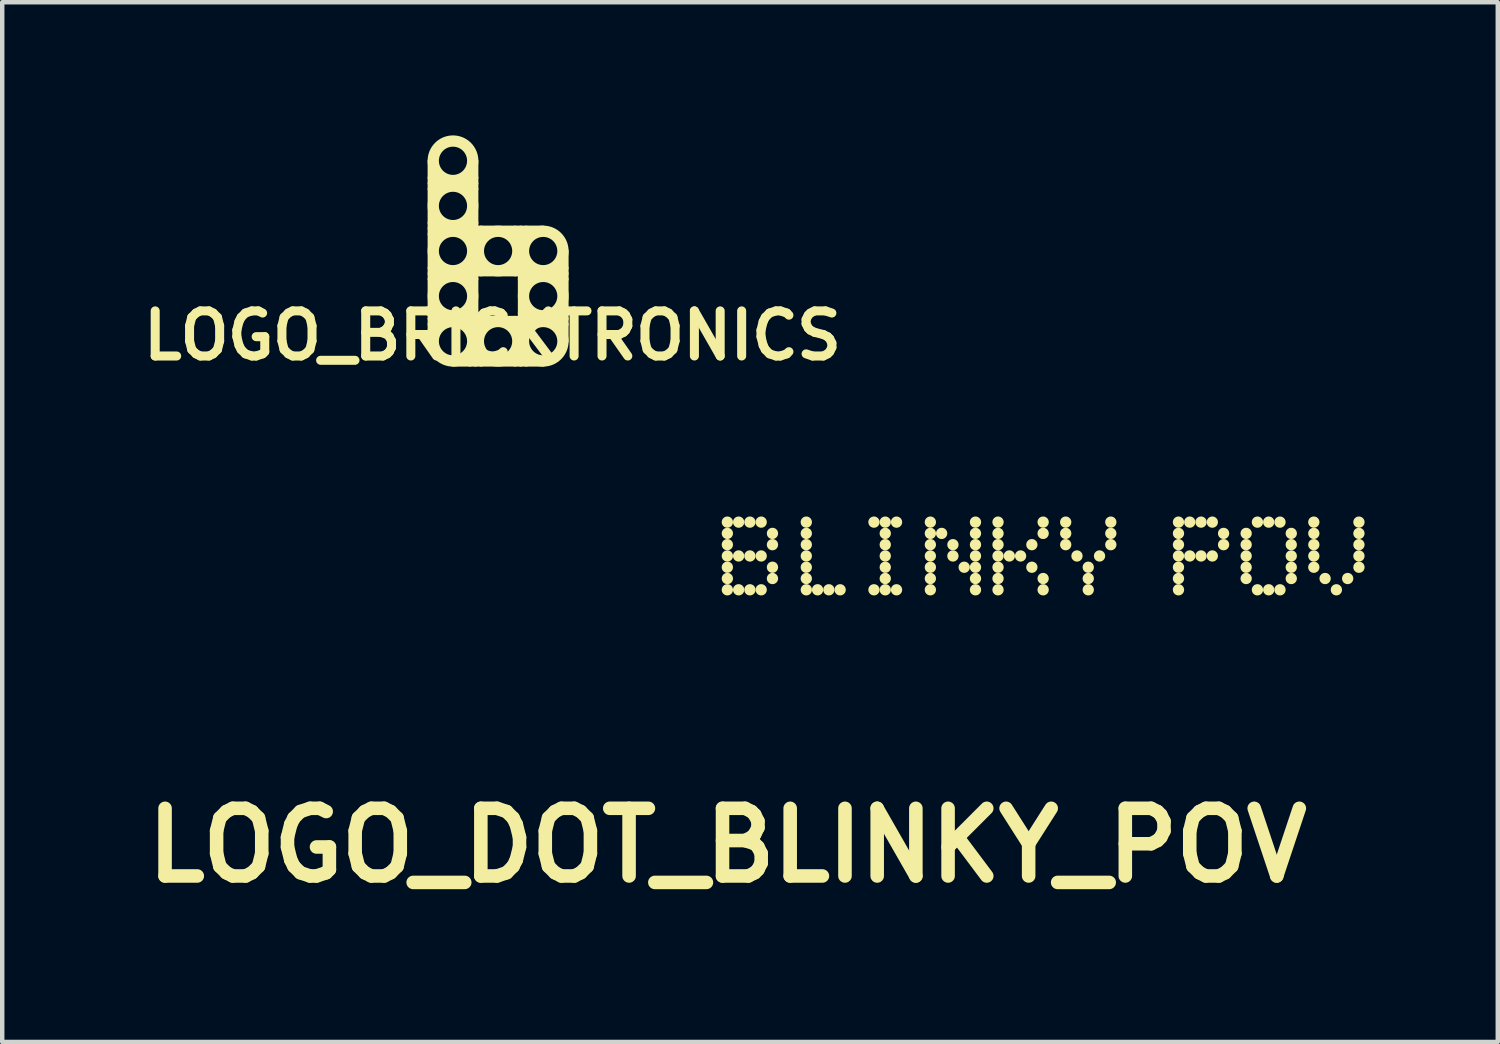
<source format=kicad_pcb>
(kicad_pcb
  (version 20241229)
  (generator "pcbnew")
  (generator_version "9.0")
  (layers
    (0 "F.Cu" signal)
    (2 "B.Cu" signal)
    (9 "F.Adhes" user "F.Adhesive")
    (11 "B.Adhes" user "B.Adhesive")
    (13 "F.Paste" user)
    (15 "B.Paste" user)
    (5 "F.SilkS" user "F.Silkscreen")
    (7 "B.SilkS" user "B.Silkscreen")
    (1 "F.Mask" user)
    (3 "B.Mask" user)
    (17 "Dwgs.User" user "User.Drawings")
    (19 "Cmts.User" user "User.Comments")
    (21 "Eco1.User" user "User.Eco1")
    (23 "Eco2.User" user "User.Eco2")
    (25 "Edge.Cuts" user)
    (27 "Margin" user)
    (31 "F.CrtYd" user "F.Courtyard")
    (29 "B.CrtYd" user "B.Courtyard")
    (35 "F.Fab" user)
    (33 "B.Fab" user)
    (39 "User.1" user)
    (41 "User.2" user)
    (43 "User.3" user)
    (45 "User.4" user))
  (footprint "LOGO_DOT_BLINKY_POV"
    (layer "F.Cu")
    (at 13.331 8.709)
    (property "Reference" "LOGO_DOT_BLINKY_POV" (at 0 7.28 0) (layer "F.SilkS") (effects (font (size 1.524 1.524) (thickness 0.305))))
    (attr through_hole)
    (fp_line (start 0 0) (end 0 0) (stroke (width 0.254) (type solid)) (layer "F.SilkS"))
    (fp_line (start 0 0.254) (end 0 0.254) (stroke (width 0.254) (type solid)) (layer "F.SilkS"))
    (fp_line (start 0 0.508) (end 0 0.508) (stroke (width 0.254) (type solid)) (layer "F.SilkS"))
    (fp_line (start 0 0.762) (end 0 0.762) (stroke (width 0.254) (type solid)) (layer "F.SilkS"))
    (fp_line (start 0 1.016) (end 0 1.016) (stroke (width 0.254) (type solid)) (layer "F.SilkS"))
    (fp_line (start 0 1.27) (end 0 1.27) (stroke (width 0.254) (type solid)) (layer "F.SilkS"))
    (fp_line (start 0 1.524) (end 0 1.524) (stroke (width 0.254) (type solid)) (layer "F.SilkS"))
    (fp_line (start 0.254 0) (end 0.254 0) (stroke (width 0.254) (type solid)) (layer "F.SilkS"))
    (fp_line (start 0.254 0.762) (end 0.254 0.762) (stroke (width 0.254) (type solid)) (layer "F.SilkS"))
    (fp_line (start 0.254 1.524) (end 0.254 1.524) (stroke (width 0.254) (type solid)) (layer "F.SilkS"))
    (fp_line (start 0.508 0) (end 0.508 0) (stroke (width 0.254) (type solid)) (layer "F.SilkS"))
    (fp_line (start 0.508 0.762) (end 0.508 0.762) (stroke (width 0.254) (type solid)) (layer "F.SilkS"))
    (fp_line (start 0.508 1.524) (end 0.508 1.524) (stroke (width 0.254) (type solid)) (layer "F.SilkS"))
    (fp_line (start 0.762 0) (end 0.762 0) (stroke (width 0.254) (type solid)) (layer "F.SilkS"))
    (fp_line (start 0.762 0.762) (end 0.762 0.762) (stroke (width 0.254) (type solid)) (layer "F.SilkS"))
    (fp_line (start 0.762 1.524) (end 0.762 1.524) (stroke (width 0.254) (type solid)) (layer "F.SilkS"))
    (fp_line (start 1.016 0.254) (end 1.016 0.254) (stroke (width 0.254) (type solid)) (layer "F.SilkS"))
    (fp_line (start 1.016 0.508) (end 1.016 0.508) (stroke (width 0.254) (type solid)) (layer "F.SilkS"))
    (fp_line (start 1.016 1.016) (end 1.016 1.016) (stroke (width 0.254) (type solid)) (layer "F.SilkS"))
    (fp_line (start 1.016 1.27) (end 1.016 1.27) (stroke (width 0.254) (type solid)) (layer "F.SilkS"))
    (fp_line (start 1.778 0) (end 1.778 0) (stroke (width 0.254) (type solid)) (layer "F.SilkS"))
    (fp_line (start 1.778 0.254) (end 1.778 0.254) (stroke (width 0.254) (type solid)) (layer "F.SilkS"))
    (fp_line (start 1.778 0.508) (end 1.778 0.508) (stroke (width 0.254) (type solid)) (layer "F.SilkS"))
    (fp_line (start 1.778 0.762) (end 1.778 0.762) (stroke (width 0.254) (type solid)) (layer "F.SilkS"))
    (fp_line (start 1.778 1.016) (end 1.778 1.016) (stroke (width 0.254) (type solid)) (layer "F.SilkS"))
    (fp_line (start 1.778 1.27) (end 1.778 1.27) (stroke (width 0.254) (type solid)) (layer "F.SilkS"))
    (fp_line (start 1.778 1.524) (end 1.778 1.524) (stroke (width 0.254) (type solid)) (layer "F.SilkS"))
    (fp_line (start 2.032 1.524) (end 2.032 1.524) (stroke (width 0.254) (type solid)) (layer "F.SilkS"))
    (fp_line (start 2.286 1.524) (end 2.286 1.524) (stroke (width 0.254) (type solid)) (layer "F.SilkS"))
    (fp_line (start 2.54 1.524) (end 2.54 1.524) (stroke (width 0.254) (type solid)) (layer "F.SilkS"))
    (fp_line (start 3.302 0) (end 3.302 0) (stroke (width 0.254) (type solid)) (layer "F.SilkS"))
    (fp_line (start 3.302 1.524) (end 3.302 1.524) (stroke (width 0.254) (type solid)) (layer "F.SilkS"))
    (fp_line (start 3.556 0) (end 3.556 0) (stroke (width 0.254) (type solid)) (layer "F.SilkS"))
    (fp_line (start 3.556 0.254) (end 3.556 0.254) (stroke (width 0.254) (type solid)) (layer "F.SilkS"))
    (fp_line (start 3.556 0.508) (end 3.556 0.508) (stroke (width 0.254) (type solid)) (layer "F.SilkS"))
    (fp_line (start 3.556 0.762) (end 3.556 0.762) (stroke (width 0.254) (type solid)) (layer "F.SilkS"))
    (fp_line (start 3.556 1.016) (end 3.556 1.016) (stroke (width 0.254) (type solid)) (layer "F.SilkS"))
    (fp_line (start 3.556 1.27) (end 3.556 1.27) (stroke (width 0.254) (type solid)) (layer "F.SilkS"))
    (fp_line (start 3.556 1.524) (end 3.556 1.524) (stroke (width 0.254) (type solid)) (layer "F.SilkS"))
    (fp_line (start 3.81 0) (end 3.81 0) (stroke (width 0.254) (type solid)) (layer "F.SilkS"))
    (fp_line (start 3.81 1.524) (end 3.81 1.524) (stroke (width 0.254) (type solid)) (layer "F.SilkS"))
    (fp_line (start 4.572 0) (end 4.572 0) (stroke (width 0.254) (type solid)) (layer "F.SilkS"))
    (fp_line (start 4.572 0.254) (end 4.572 0.254) (stroke (width 0.254) (type solid)) (layer "F.SilkS"))
    (fp_line (start 4.572 0.508) (end 4.572 0.508) (stroke (width 0.254) (type solid)) (layer "F.SilkS"))
    (fp_line (start 4.572 0.762) (end 4.572 0.762) (stroke (width 0.254) (type solid)) (layer "F.SilkS"))
    (fp_line (start 4.572 1.016) (end 4.572 1.016) (stroke (width 0.254) (type solid)) (layer "F.SilkS"))
    (fp_line (start 4.572 1.27) (end 4.572 1.27) (stroke (width 0.254) (type solid)) (layer "F.SilkS"))
    (fp_line (start 4.572 1.524) (end 4.572 1.524) (stroke (width 0.254) (type solid)) (layer "F.SilkS"))
    (fp_line (start 4.826 0.254) (end 4.826 0.254) (stroke (width 0.254) (type solid)) (layer "F.SilkS"))
    (fp_line (start 5.08 0.508) (end 5.08 0.508) (stroke (width 0.254) (type solid)) (layer "F.SilkS"))
    (fp_line (start 5.08 0.762) (end 5.08 0.762) (stroke (width 0.254) (type solid)) (layer "F.SilkS"))
    (fp_line (start 5.334 1.016) (end 5.334 1.016) (stroke (width 0.254) (type solid)) (layer "F.SilkS"))
    (fp_line (start 5.588 0) (end 5.588 0) (stroke (width 0.254) (type solid)) (layer "F.SilkS"))
    (fp_line (start 5.588 0.254) (end 5.588 0.254) (stroke (width 0.254) (type solid)) (layer "F.SilkS"))
    (fp_line (start 5.588 0.508) (end 5.588 0.508) (stroke (width 0.254) (type solid)) (layer "F.SilkS"))
    (fp_line (start 5.588 0.762) (end 5.588 0.762) (stroke (width 0.254) (type solid)) (layer "F.SilkS"))
    (fp_line (start 5.588 1.016) (end 5.588 1.016) (stroke (width 0.254) (type solid)) (layer "F.SilkS"))
    (fp_line (start 5.588 1.27) (end 5.588 1.27) (stroke (width 0.254) (type solid)) (layer "F.SilkS"))
    (fp_line (start 5.588 1.524) (end 5.588 1.524) (stroke (width 0.254) (type solid)) (layer "F.SilkS"))
    (fp_line (start 6.096 0) (end 6.096 0) (stroke (width 0.254) (type solid)) (layer "F.SilkS"))
    (fp_line (start 6.096 0.254) (end 6.096 0.254) (stroke (width 0.254) (type solid)) (layer "F.SilkS"))
    (fp_line (start 6.096 0.508) (end 6.096 0.508) (stroke (width 0.254) (type solid)) (layer "F.SilkS"))
    (fp_line (start 6.096 0.762) (end 6.096 0.762) (stroke (width 0.254) (type solid)) (layer "F.SilkS"))
    (fp_line (start 6.096 1.016) (end 6.096 1.016) (stroke (width 0.254) (type solid)) (layer "F.SilkS"))
    (fp_line (start 6.096 1.27) (end 6.096 1.27) (stroke (width 0.254) (type solid)) (layer "F.SilkS"))
    (fp_line (start 6.096 1.524) (end 6.096 1.524) (stroke (width 0.254) (type solid)) (layer "F.SilkS"))
    (fp_line (start 6.35 0.762) (end 6.35 0.762) (stroke (width 0.254) (type solid)) (layer "F.SilkS"))
    (fp_line (start 6.604 0.762) (end 6.604 0.762) (stroke (width 0.254) (type solid)) (layer "F.SilkS"))
    (fp_line (start 6.858 0.508) (end 6.858 0.508) (stroke (width 0.254) (type solid)) (layer "F.SilkS"))
    (fp_line (start 6.858 1.016) (end 6.858 1.016) (stroke (width 0.254) (type solid)) (layer "F.SilkS"))
    (fp_line (start 7.112 0) (end 7.112 0) (stroke (width 0.254) (type solid)) (layer "F.SilkS"))
    (fp_line (start 7.112 0.254) (end 7.112 0.254) (stroke (width 0.254) (type solid)) (layer "F.SilkS"))
    (fp_line (start 7.112 1.27) (end 7.112 1.27) (stroke (width 0.254) (type solid)) (layer "F.SilkS"))
    (fp_line (start 7.112 1.524) (end 7.112 1.524) (stroke (width 0.254) (type solid)) (layer "F.SilkS"))
    (fp_line (start 7.62 0) (end 7.62 0) (stroke (width 0.254) (type solid)) (layer "F.SilkS"))
    (fp_line (start 7.62 0.254) (end 7.62 0.254) (stroke (width 0.254) (type solid)) (layer "F.SilkS"))
    (fp_line (start 7.62 0.508) (end 7.62 0.508) (stroke (width 0.254) (type solid)) (layer "F.SilkS"))
    (fp_line (start 7.874 0.762) (end 7.874 0.762) (stroke (width 0.254) (type solid)) (layer "F.SilkS"))
    (fp_line (start 8.128 1.016) (end 8.128 1.016) (stroke (width 0.254) (type solid)) (layer "F.SilkS"))
    (fp_line (start 8.128 1.27) (end 8.128 1.27) (stroke (width 0.254) (type solid)) (layer "F.SilkS"))
    (fp_line (start 8.128 1.524) (end 8.128 1.524) (stroke (width 0.254) (type solid)) (layer "F.SilkS"))
    (fp_line (start 8.382 0.762) (end 8.382 0.762) (stroke (width 0.254) (type solid)) (layer "F.SilkS"))
    (fp_line (start 8.636 0) (end 8.636 0) (stroke (width 0.254) (type solid)) (layer "F.SilkS"))
    (fp_line (start 8.636 0.254) (end 8.636 0.254) (stroke (width 0.254) (type solid)) (layer "F.SilkS"))
    (fp_line (start 8.636 0.508) (end 8.636 0.508) (stroke (width 0.254) (type solid)) (layer "F.SilkS"))
    (fp_line (start 10.16 0) (end 10.16 0) (stroke (width 0.254) (type solid)) (layer "F.SilkS"))
    (fp_line (start 10.16 0.254) (end 10.16 0.254) (stroke (width 0.254) (type solid)) (layer "F.SilkS"))
    (fp_line (start 10.16 0.508) (end 10.16 0.508) (stroke (width 0.254) (type solid)) (layer "F.SilkS"))
    (fp_line (start 10.16 0.762) (end 10.16 0.762) (stroke (width 0.254) (type solid)) (layer "F.SilkS"))
    (fp_line (start 10.16 1.016) (end 10.16 1.016) (stroke (width 0.254) (type solid)) (layer "F.SilkS"))
    (fp_line (start 10.16 1.27) (end 10.16 1.27) (stroke (width 0.254) (type solid)) (layer "F.SilkS"))
    (fp_line (start 10.16 1.524) (end 10.16 1.524) (stroke (width 0.254) (type solid)) (layer "F.SilkS"))
    (fp_line (start 10.414 0) (end 10.414 0) (stroke (width 0.254) (type solid)) (layer "F.SilkS"))
    (fp_line (start 10.414 0.762) (end 10.414 0.762) (stroke (width 0.254) (type solid)) (layer "F.SilkS"))
    (fp_line (start 10.668 0) (end 10.668 0) (stroke (width 0.254) (type solid)) (layer "F.SilkS"))
    (fp_line (start 10.668 0.762) (end 10.668 0.762) (stroke (width 0.254) (type solid)) (layer "F.SilkS"))
    (fp_line (start 10.922 0) (end 10.922 0) (stroke (width 0.254) (type solid)) (layer "F.SilkS"))
    (fp_line (start 10.922 0.762) (end 10.922 0.762) (stroke (width 0.254) (type solid)) (layer "F.SilkS"))
    (fp_line (start 11.176 0.254) (end 11.176 0.254) (stroke (width 0.254) (type solid)) (layer "F.SilkS"))
    (fp_line (start 11.176 0.508) (end 11.176 0.508) (stroke (width 0.254) (type solid)) (layer "F.SilkS"))
    (fp_line (start 11.684 0.254) (end 11.684 0.254) (stroke (width 0.254) (type solid)) (layer "F.SilkS"))
    (fp_line (start 11.684 0.508) (end 11.684 0.508) (stroke (width 0.254) (type solid)) (layer "F.SilkS"))
    (fp_line (start 11.684 0.762) (end 11.684 0.762) (stroke (width 0.254) (type solid)) (layer "F.SilkS"))
    (fp_line (start 11.684 1.016) (end 11.684 1.016) (stroke (width 0.254) (type solid)) (layer "F.SilkS"))
    (fp_line (start 11.684 1.27) (end 11.684 1.27) (stroke (width 0.254) (type solid)) (layer "F.SilkS"))
    (fp_line (start 11.938 0) (end 11.938 0) (stroke (width 0.254) (type solid)) (layer "F.SilkS"))
    (fp_line (start 11.938 1.524) (end 11.938 1.524) (stroke (width 0.254) (type solid)) (layer "F.SilkS"))
    (fp_line (start 12.192 0) (end 12.192 0) (stroke (width 0.254) (type solid)) (layer "F.SilkS"))
    (fp_line (start 12.192 1.524) (end 12.192 1.524) (stroke (width 0.254) (type solid)) (layer "F.SilkS"))
    (fp_line (start 12.446 0) (end 12.446 0) (stroke (width 0.254) (type solid)) (layer "F.SilkS"))
    (fp_line (start 12.446 1.524) (end 12.446 1.524) (stroke (width 0.254) (type solid)) (layer "F.SilkS"))
    (fp_line (start 12.7 0.254) (end 12.7 0.254) (stroke (width 0.254) (type solid)) (layer "F.SilkS"))
    (fp_line (start 12.7 0.508) (end 12.7 0.508) (stroke (width 0.254) (type solid)) (layer "F.SilkS"))
    (fp_line (start 12.7 0.762) (end 12.7 0.762) (stroke (width 0.254) (type solid)) (layer "F.SilkS"))
    (fp_line (start 12.7 1.016) (end 12.7 1.016) (stroke (width 0.254) (type solid)) (layer "F.SilkS"))
    (fp_line (start 12.7 1.27) (end 12.7 1.27) (stroke (width 0.254) (type solid)) (layer "F.SilkS"))
    (fp_line (start 13.208 0) (end 13.208 0) (stroke (width 0.254) (type solid)) (layer "F.SilkS"))
    (fp_line (start 13.208 0.254) (end 13.208 0.254) (stroke (width 0.254) (type solid)) (layer "F.SilkS"))
    (fp_line (start 13.208 0.508) (end 13.208 0.508) (stroke (width 0.254) (type solid)) (layer "F.SilkS"))
    (fp_line (start 13.208 0.762) (end 13.208 0.762) (stroke (width 0.254) (type solid)) (layer "F.SilkS"))
    (fp_line (start 13.208 1.016) (end 13.208 1.016) (stroke (width 0.254) (type solid)) (layer "F.SilkS"))
    (fp_line (start 13.462 1.27) (end 13.462 1.27) (stroke (width 0.254) (type solid)) (layer "F.SilkS"))
    (fp_line (start 13.716 1.524) (end 13.716 1.524) (stroke (width 0.254) (type solid)) (layer "F.SilkS"))
    (fp_line (start 13.97 1.27) (end 13.97 1.27) (stroke (width 0.254) (type solid)) (layer "F.SilkS"))
    (fp_line (start 14.224 0) (end 14.224 0) (stroke (width 0.254) (type solid)) (layer "F.SilkS"))
    (fp_line (start 14.224 0.254) (end 14.224 0.254) (stroke (width 0.254) (type solid)) (layer "F.SilkS"))
    (fp_line (start 14.224 0.508) (end 14.224 0.508) (stroke (width 0.254) (type solid)) (layer "F.SilkS"))
    (fp_line (start 14.224 0.762) (end 14.224 0.762) (stroke (width 0.254) (type solid)) (layer "F.SilkS"))
    (fp_line (start 14.224 1.016) (end 14.224 1.016) (stroke (width 0.254) (type solid)) (layer "F.SilkS")))
  (footprint "LOGO_BRICKTRONICS"
    (layer "F.Cu")
    (at 7.152 2.603)
    (property "Reference" "LOGO_BRICKTRONICS" (at 0.889 1.905 0) (layer "F.SilkS") (effects (font (size 1.016 1.016) (thickness 0.203))))
    (attr through_hole)
    (fp_line (start -0.508 -2.032) (end -0.508 2.032) (stroke (width 0.127) (type solid)) (layer "F.SilkS"))
    (fp_line (start -0.508 -1.524) (end 0.508 -1.524) (stroke (width 0.127) (type solid)) (layer "F.SilkS"))
    (fp_line (start -0.508 0.508) (end 2.54 0.508) (stroke (width 0.127) (type solid)) (layer "F.SilkS"))
    (fp_line (start -0.508 1.524) (end 2.54 1.524) (stroke (width 0.127) (type solid)) (layer "F.SilkS"))
    (fp_line (start 0 2.54) (end 2.032 2.54) (stroke (width 0.127) (type solid)) (layer "F.SilkS"))
    (fp_line (start 0.508 -2.032) (end 0.508 2.54) (stroke (width 0.127) (type solid)) (layer "F.SilkS"))
    (fp_line (start 1.524 -0.508) (end 1.524 2.54) (stroke (width 0.127) (type solid)) (layer "F.SilkS"))
    (fp_line (start 2.032 -0.508) (end -0.508 -0.508) (stroke (width 0.127) (type solid)) (layer "F.SilkS"))
    (fp_line (start 2.54 2.032) (end 2.54 0) (stroke (width 0.127) (type solid)) (layer "F.SilkS"))
    (fp_arc (start -0.508 -1.651) (mid -0.418197 -1.613803) (end -0.381 -1.524) (stroke (width 0.127) (type solid)) (layer "F.SilkS"))
    (fp_arc (start -0.508 -0.635) (mid -0.418197 -0.597803) (end -0.381 -0.508) (stroke (width 0.127) (type solid)) (layer "F.SilkS"))
    (fp_arc (start -0.508 0.381) (mid -0.418197 0.418197) (end -0.381 0.508) (stroke (width 0.127) (type solid)) (layer "F.SilkS"))
    (fp_arc (start -0.508 1.397) (mid -0.418197 1.434197) (end -0.381 1.524) (stroke (width 0.127) (type solid)) (layer "F.SilkS"))
    (fp_arc (start -0.381 -1.524) (mid -0.418197 -1.434197) (end -0.508 -1.397) (stroke (width 0.127) (type solid)) (layer "F.SilkS"))
    (fp_arc (start -0.381 -0.508) (mid -0.418197 -0.418197) (end -0.508 -0.381) (stroke (width 0.127) (type solid)) (layer "F.SilkS"))
    (fp_arc (start -0.381 0.508) (mid -0.418197 0.597803) (end -0.508 0.635) (stroke (width 0.127) (type solid)) (layer "F.SilkS"))
    (fp_arc (start -0.381 1.524) (mid -0.418197 1.613803) (end -0.508 1.651) (stroke (width 0.127) (type solid)) (layer "F.SilkS"))
    (fp_arc (start 0.381 -1.524) (mid 0.418197 -1.613803) (end 0.508 -1.651) (stroke (width 0.127) (type solid)) (layer "F.SilkS"))
    (fp_arc (start 0.381 -0.508) (mid 0.418197 -0.597803) (end 0.508 -0.635) (stroke (width 0.127) (type solid)) (layer "F.SilkS"))
    (fp_arc (start 0.381 0.508) (mid 0.418197 0.418197) (end 0.508 0.381) (stroke (width 0.127) (type solid)) (layer "F.SilkS"))
    (fp_arc (start 0.381 1.524) (mid 0.418197 1.434197) (end 0.508 1.397) (stroke (width 0.127) (type solid)) (layer "F.SilkS"))
    (fp_arc (start 0.381 2.54) (mid 0.418197 2.450197) (end 0.508 2.413) (stroke (width 0.127) (type solid)) (layer "F.SilkS"))
    (fp_arc (start 0.508 -1.397) (mid 0.418197 -1.434197) (end 0.381 -1.524) (stroke (width 0.127) (type solid)) (layer "F.SilkS"))
    (fp_arc (start 0.508 -0.381) (mid 0.418197 -0.418197) (end 0.381 -0.508) (stroke (width 0.127) (type solid)) (layer "F.SilkS"))
    (fp_arc (start 0.508 0.381) (mid 0.597803 0.418197) (end 0.635 0.508) (stroke (width 0.127) (type solid)) (layer "F.SilkS"))
    (fp_arc (start 0.508 0.635) (mid 0.418197 0.597803) (end 0.381 0.508) (stroke (width 0.127) (type solid)) (layer "F.SilkS"))
    (fp_arc (start 0.508 1.651) (mid 0.418197 1.613803) (end 0.381 1.524) (stroke (width 0.127) (type solid)) (layer "F.SilkS"))
    (fp_arc (start 0.508 2.413) (mid 0.597803 2.450197) (end 0.635 2.54) (stroke (width 0.127) (type solid)) (layer "F.SilkS"))
    (fp_arc (start 0.635 -0.508) (mid 0.597803 -0.418197) (end 0.508 -0.381) (stroke (width 0.127) (type solid)) (layer "F.SilkS"))
    (fp_arc (start 0.635 1.524) (mid 0.597803 1.613803) (end 0.508 1.651) (stroke (width 0.127) (type solid)) (layer "F.SilkS"))
    (fp_arc (start 1.397 0.508) (mid 1.434197 0.418197) (end 1.524 0.381) (stroke (width 0.127) (type solid)) (layer "F.SilkS"))
    (fp_arc (start 1.397 2.54) (mid 1.434197 2.450197) (end 1.524 2.413) (stroke (width 0.127) (type solid)) (layer "F.SilkS"))
    (fp_arc (start 1.524 -0.381) (mid 1.434197 -0.418197) (end 1.397 -0.508) (stroke (width 0.127) (type solid)) (layer "F.SilkS"))
    (fp_arc (start 1.524 0.381) (mid 1.613803 0.418197) (end 1.651 0.508) (stroke (width 0.127) (type solid)) (layer "F.SilkS"))
    (fp_arc (start 1.524 1.397) (mid 1.613803 1.434197) (end 1.651 1.524) (stroke (width 0.127) (type solid)) (layer "F.SilkS"))
    (fp_arc (start 1.524 1.651) (mid 1.434197 1.613803) (end 1.397 1.524) (stroke (width 0.127) (type solid)) (layer "F.SilkS"))
    (fp_arc (start 1.524 2.413) (mid 1.613803 2.450197) (end 1.651 2.54) (stroke (width 0.127) (type solid)) (layer "F.SilkS"))
    (fp_arc (start 1.651 -0.508) (mid 1.613803 -0.418197) (end 1.524 -0.381) (stroke (width 0.127) (type solid)) (layer "F.SilkS"))
    (fp_arc (start 1.651 0.508) (mid 1.613803 0.597803) (end 1.524 0.635) (stroke (width 0.127) (type solid)) (layer "F.SilkS"))
    (fp_arc (start 1.651 1.524) (mid 1.613803 1.613803) (end 1.524 1.651) (stroke (width 0.127) (type solid)) (layer "F.SilkS"))
    (fp_arc (start 2.413 0.508) (mid 2.450197 0.418197) (end 2.54 0.381) (stroke (width 0.127) (type solid)) (layer "F.SilkS"))
    (fp_arc (start 2.413 1.524) (mid 2.450197 1.434197) (end 2.54 1.397) (stroke (width 0.127) (type solid)) (layer "F.SilkS"))
    (fp_arc (start 2.54 0.635) (mid 2.450197 0.597803) (end 2.413 0.508) (stroke (width 0.127) (type solid)) (layer "F.SilkS"))
    (fp_arc (start 2.54 1.651) (mid 2.450197 1.613803) (end 2.413 1.524) (stroke (width 0.127) (type solid)) (layer "F.SilkS"))
    (fp_circle (center 0 -2.032) (end -0.381 -2.286) (stroke (width 0.127) (type solid)) (fill no) (layer "F.SilkS"))
    (fp_circle (center 0 -2.032) (end 0 -2.54) (stroke (width 0.127) (type solid)) (fill no) (layer "F.SilkS"))
    (fp_circle (center 0 -2.032) (end 0.381 -2.032) (stroke (width 0.127) (type solid)) (fill no) (layer "F.SilkS"))
    (fp_circle (center 0 -1.016) (end -0.381 -1.27) (stroke (width 0.127) (type solid)) (fill no) (layer "F.SilkS"))
    (fp_circle (center 0 -1.016) (end 0 -0.508) (stroke (width 0.127) (type solid)) (fill no) (layer "F.SilkS"))
    (fp_circle (center 0 -1.016) (end 0.381 -1.016) (stroke (width 0.127) (type solid)) (fill no) (layer "F.SilkS"))
    (fp_circle (center 0 0) (end -0.381 -0.254) (stroke (width 0.127) (type solid)) (fill no) (layer "F.SilkS"))
    (fp_circle (center 0 0) (end 0 -0.508) (stroke (width 0.127) (type solid)) (fill no) (layer "F.SilkS"))
    (fp_circle (center 0 0) (end 0.381 0) (stroke (width 0.127) (type solid)) (fill no) (layer "F.SilkS"))
    (fp_circle (center 0 1.016) (end -0.381 0.762) (stroke (width 0.127) (type solid)) (fill no) (layer "F.SilkS"))
    (fp_circle (center 0 1.016) (end 0 0.508) (stroke (width 0.127) (type solid)) (fill no) (layer "F.SilkS"))
    (fp_circle (center 0 1.016) (end 0.381 1.016) (stroke (width 0.127) (type solid)) (fill no) (layer "F.SilkS"))
    (fp_circle (center 0 2.032) (end -0.381 1.778) (stroke (width 0.127) (type solid)) (fill no) (layer "F.SilkS"))
    (fp_circle (center 0 2.032) (end 0 1.524) (stroke (width 0.127) (type solid)) (fill no) (layer "F.SilkS"))
    (fp_circle (center 0 2.032) (end 0.381 2.032) (stroke (width 0.127) (type solid)) (fill no) (layer "F.SilkS"))
    (fp_circle (center 1.016 0) (end 0.635 -0.254) (stroke (width 0.127) (type solid)) (fill no) (layer "F.SilkS"))
    (fp_circle (center 1.016 0) (end 1.016 -0.508) (stroke (width 0.127) (type solid)) (fill no) (layer "F.SilkS"))
    (fp_circle (center 1.016 0) (end 1.397 0) (stroke (width 0.127) (type solid)) (fill no) (layer "F.SilkS"))
    (fp_circle (center 1.016 2.032) (end 0.635 1.778) (stroke (width 0.127) (type solid)) (fill no) (layer "F.SilkS"))
    (fp_circle (center 1.016 2.032) (end 1.397 2.032) (stroke (width 0.127) (type solid)) (fill no) (layer "F.SilkS"))
    (fp_circle (center 1.016 2.032) (end 1.524 2.032) (stroke (width 0.127) (type solid)) (fill no) (layer "F.SilkS"))
    (fp_circle (center 2.032 0) (end 1.651 -0.254) (stroke (width 0.127) (type solid)) (fill no) (layer "F.SilkS"))
    (fp_circle (center 2.032 0) (end 2.032 -0.508) (stroke (width 0.127) (type solid)) (fill no) (layer "F.SilkS"))
    (fp_circle (center 2.032 0) (end 2.413 0) (stroke (width 0.127) (type solid)) (fill no) (layer "F.SilkS"))
    (fp_circle (center 2.032 1.016) (end 1.651 0.762) (stroke (width 0.127) (type solid)) (fill no) (layer "F.SilkS"))
    (fp_circle (center 2.032 1.016) (end 2.413 1.016) (stroke (width 0.127) (type solid)) (fill no) (layer "F.SilkS"))
    (fp_circle (center 2.032 1.016) (end 2.54 1.016) (stroke (width 0.127) (type solid)) (fill no) (layer "F.SilkS"))
    (fp_circle (center 2.032 2.032) (end 1.651 1.778) (stroke (width 0.127) (type solid)) (fill no) (layer "F.SilkS"))
    (fp_circle (center 2.032 2.032) (end 2.032 1.524) (stroke (width 0.127) (type solid)) (fill no) (layer "F.SilkS"))
    (fp_circle (center 2.032 2.032) (end 2.413 2.032) (stroke (width 0.127) (type solid)) (fill no) (layer "F.SilkS")))
  (gr_rect
    (start -3 -3)
    (end 30.682 20.416)
    (stroke (width 0.1) (type default))
    (fill no)
    (layer "Edge.Cuts")))
</source>
